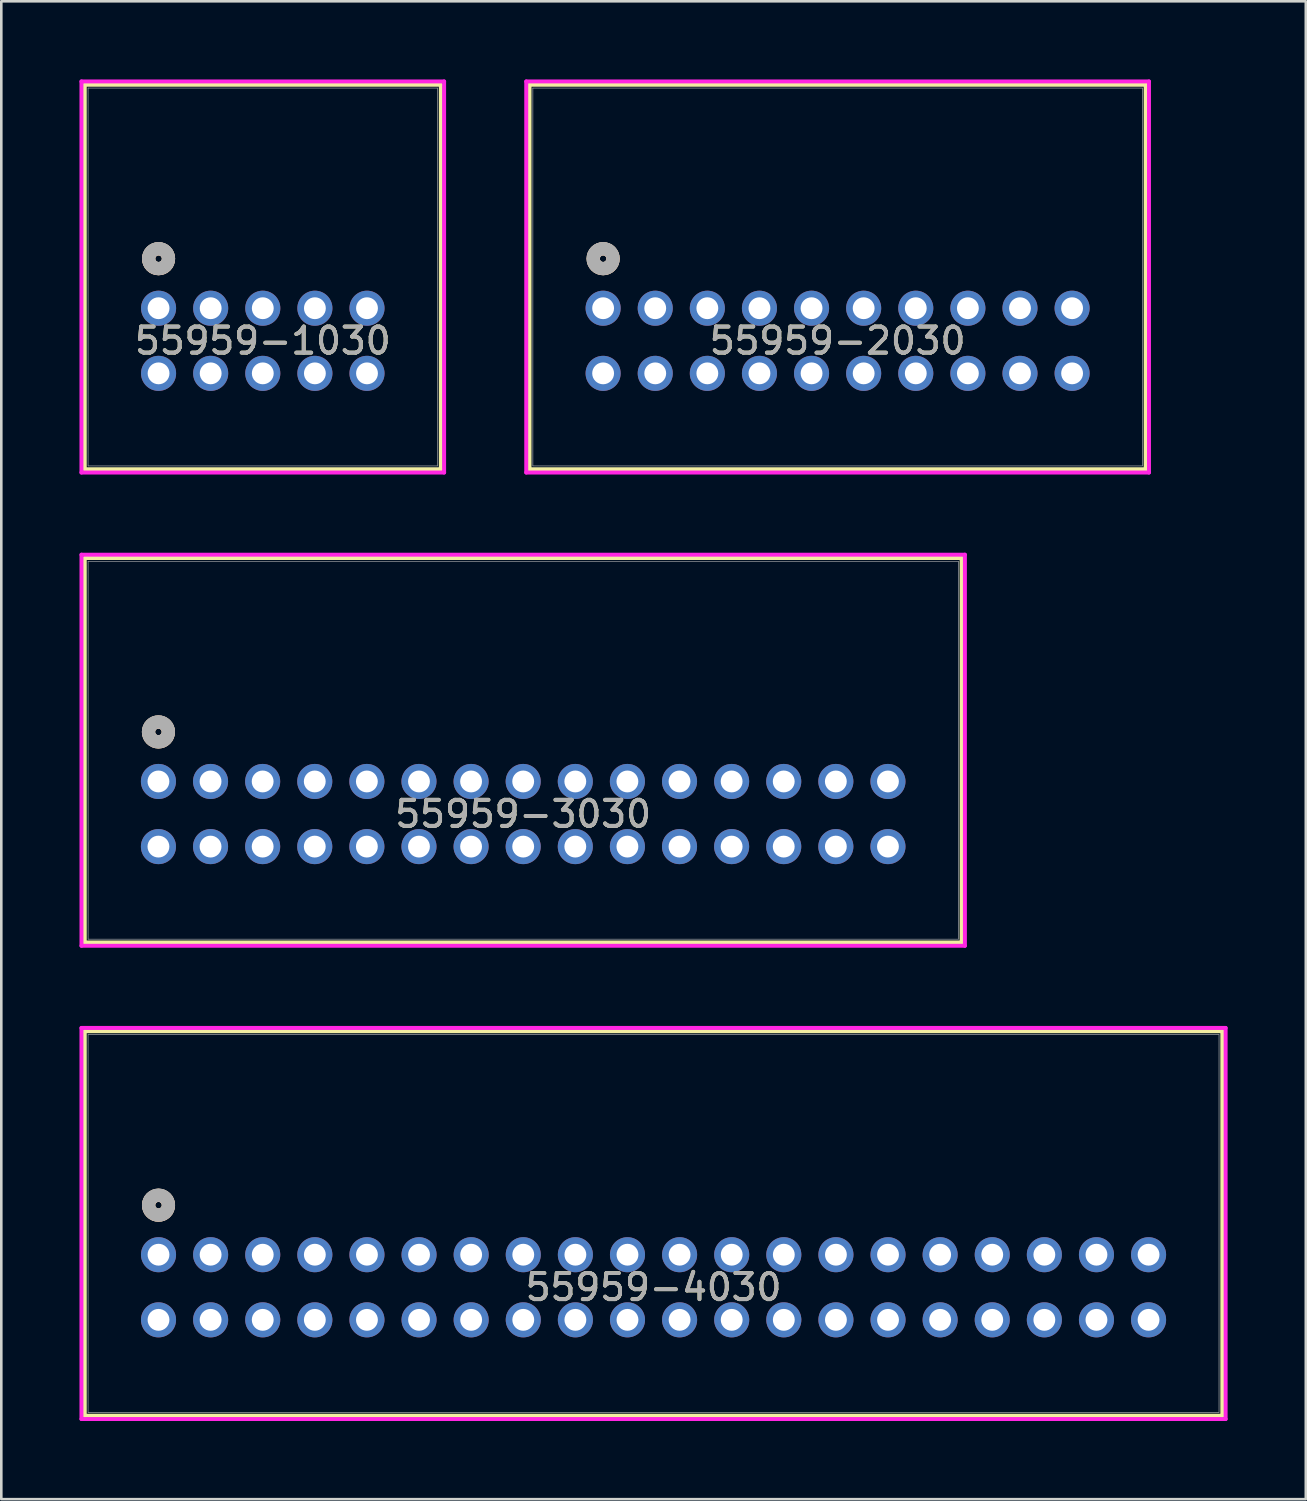
<source format=kicad_pcb>
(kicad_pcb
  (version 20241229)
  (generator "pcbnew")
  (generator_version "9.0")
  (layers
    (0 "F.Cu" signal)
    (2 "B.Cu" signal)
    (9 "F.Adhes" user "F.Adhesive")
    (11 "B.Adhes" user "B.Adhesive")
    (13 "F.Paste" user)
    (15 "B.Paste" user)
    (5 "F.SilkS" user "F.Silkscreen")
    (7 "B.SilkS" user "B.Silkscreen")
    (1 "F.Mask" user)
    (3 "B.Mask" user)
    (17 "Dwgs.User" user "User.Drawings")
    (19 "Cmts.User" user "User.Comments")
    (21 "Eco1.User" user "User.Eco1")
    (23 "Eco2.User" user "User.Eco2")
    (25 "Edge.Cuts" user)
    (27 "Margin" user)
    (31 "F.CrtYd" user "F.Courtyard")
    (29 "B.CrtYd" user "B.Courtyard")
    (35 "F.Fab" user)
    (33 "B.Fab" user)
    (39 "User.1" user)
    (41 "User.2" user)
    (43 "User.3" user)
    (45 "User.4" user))
  (footprint "55959-1030"
    (layer "F.Cu")
    (at 3.036 8.78)
    (property "Reference" "55959-1030" (at 4 1.25 0) (unlocked yes) (layer "F.SilkS") (effects (font (size 1 1) (thickness 0.15))))
    (attr through_hole)
    (fp_line (start -2.833 -8.577) (end -2.833 6.18) (stroke (width 0.152) (type solid)) (layer "F.SilkS"))
    (fp_line (start -2.833 6.18) (end 10.833 6.18) (stroke (width 0.152) (type solid)) (layer "F.SilkS"))
    (fp_line (start 10.833 -8.577) (end -2.833 -8.577) (stroke (width 0.152) (type solid)) (layer "F.SilkS"))
    (fp_line (start 10.833 6.18) (end 10.833 -8.577) (stroke (width 0.152) (type solid)) (layer "F.SilkS"))
    (fp_circle (center 0 -1.9) (end 0.381 -1.9) (stroke (width 0.508) (type solid)) (fill no) (layer "F.SilkS"))
    (fp_circle (center 0 -1.9) (end 0.381 -1.9) (stroke (width 0.508) (type solid)) (fill no) (layer "B.SilkS"))
    (fp_line (start -2.96 -8.704) (end -2.96 6.307) (stroke (width 0.152) (type solid)) (layer "F.CrtYd"))
    (fp_line (start -2.96 6.307) (end 10.96 6.307) (stroke (width 0.152) (type solid)) (layer "F.CrtYd"))
    (fp_line (start 10.96 -8.704) (end -2.96 -8.704) (stroke (width 0.152) (type solid)) (layer "F.CrtYd"))
    (fp_line (start 10.96 6.307) (end 10.96 -8.704) (stroke (width 0.152) (type solid)) (layer "F.CrtYd"))
    (fp_line (start -2.706 -8.45) (end -2.706 6.053) (stroke (width 0.025) (type solid)) (layer "F.Fab"))
    (fp_line (start -2.706 6.053) (end 10.706 6.053) (stroke (width 0.025) (type solid)) (layer "F.Fab"))
    (fp_line (start 10.706 -8.45) (end -2.706 -8.45) (stroke (width 0.025) (type solid)) (layer "F.Fab"))
    (fp_line (start 10.706 6.053) (end 10.706 -8.45) (stroke (width 0.025) (type solid)) (layer "F.Fab"))
    (fp_circle (center 0 -1.905) (end 0.381 -1.905) (stroke (width 0.508) (type solid)) (fill no) (layer "F.Fab"))
    (fp_text user "${REFERENCE}" (at 4 1.25 0) (unlocked yes) (layer "F.Fab") (effects (font (size 1 1) (thickness 0.15))))
    (pad "1" thru_hole circle (at 0 0) (size 1.346 1.346) (drill 0.838) (layers "*.Cu" "*.Mask"))
    (pad "2" thru_hole circle (at 0 2.5) (size 1.346 1.346) (drill 0.838) (layers "*.Cu" "*.Mask"))
    (pad "3" thru_hole circle (at 2 0) (size 1.346 1.346) (drill 0.838) (layers "*.Cu" "*.Mask"))
    (pad "4" thru_hole circle (at 2 2.5) (size 1.346 1.346) (drill 0.838) (layers "*.Cu" "*.Mask"))
    (pad "5" thru_hole circle (at 4 0) (size 1.346 1.346) (drill 0.838) (layers "*.Cu" "*.Mask"))
    (pad "6" thru_hole circle (at 4 2.5) (size 1.346 1.346) (drill 0.838) (layers "*.Cu" "*.Mask"))
    (pad "7" thru_hole circle (at 6 0) (size 1.346 1.346) (drill 0.838) (layers "*.Cu" "*.Mask"))
    (pad "8" thru_hole circle (at 6 2.5) (size 1.346 1.346) (drill 0.838) (layers "*.Cu" "*.Mask"))
    (pad "9" thru_hole circle (at 8 0) (size 1.346 1.346) (drill 0.838) (layers "*.Cu" "*.Mask"))
    (pad "10" thru_hole circle (at 8 2.5) (size 1.346 1.346) (drill 0.838) (layers "*.Cu" "*.Mask")))
  (footprint "55959-4030"
    (layer "F.Cu")
    (at 3.034 45.108)
    (property "Reference" "55959-4030" (at 19 1.25 0) (unlocked yes) (layer "F.SilkS") (effects (font (size 1 1) (thickness 0.15))))
    (attr through_hole)
    (fp_line (start -2.831 -8.577) (end -2.831 6.18) (stroke (width 0.152) (type solid)) (layer "F.SilkS"))
    (fp_line (start -2.831 6.18) (end 40.831 6.18) (stroke (width 0.152) (type solid)) (layer "F.SilkS"))
    (fp_line (start 40.831 -8.577) (end -2.831 -8.577) (stroke (width 0.152) (type solid)) (layer "F.SilkS"))
    (fp_line (start 40.831 6.18) (end 40.831 -8.577) (stroke (width 0.152) (type solid)) (layer "F.SilkS"))
    (fp_circle (center 0 -1.9) (end 0.381 -1.9) (stroke (width 0.508) (type solid)) (fill no) (layer "F.SilkS"))
    (fp_circle (center 0 -1.9) (end 0.381 -1.9) (stroke (width 0.508) (type solid)) (fill no) (layer "B.SilkS"))
    (fp_line (start -2.958 -8.704) (end -2.958 6.307) (stroke (width 0.152) (type solid)) (layer "F.CrtYd"))
    (fp_line (start -2.958 6.307) (end 40.958 6.307) (stroke (width 0.152) (type solid)) (layer "F.CrtYd"))
    (fp_line (start 40.958 -8.704) (end -2.958 -8.704) (stroke (width 0.152) (type solid)) (layer "F.CrtYd"))
    (fp_line (start 40.958 6.307) (end 40.958 -8.704) (stroke (width 0.152) (type solid)) (layer "F.CrtYd"))
    (fp_line (start -2.704 -8.45) (end -2.704 6.053) (stroke (width 0.025) (type solid)) (layer "F.Fab"))
    (fp_line (start -2.704 6.053) (end 40.704 6.053) (stroke (width 0.025) (type solid)) (layer "F.Fab"))
    (fp_line (start 40.704 -8.45) (end -2.704 -8.45) (stroke (width 0.025) (type solid)) (layer "F.Fab"))
    (fp_line (start 40.704 6.053) (end 40.704 -8.45) (stroke (width 0.025) (type solid)) (layer "F.Fab"))
    (fp_circle (center 0 -1.905) (end 0.381 -1.905) (stroke (width 0.508) (type solid)) (fill no) (layer "F.Fab"))
    (fp_text user "${REFERENCE}" (at 19 1.25 0) (unlocked yes) (layer "F.Fab") (effects (font (size 1 1) (thickness 0.15))))
    (pad "1" thru_hole circle (at 0 0) (size 1.346 1.346) (drill 0.838) (layers "*.Cu" "*.Mask"))
    (pad "2" thru_hole circle (at 0 2.5) (size 1.346 1.346) (drill 0.838) (layers "*.Cu" "*.Mask"))
    (pad "3" thru_hole circle (at 2 0) (size 1.346 1.346) (drill 0.838) (layers "*.Cu" "*.Mask"))
    (pad "4" thru_hole circle (at 2 2.5) (size 1.346 1.346) (drill 0.838) (layers "*.Cu" "*.Mask"))
    (pad "5" thru_hole circle (at 4 0) (size 1.346 1.346) (drill 0.838) (layers "*.Cu" "*.Mask"))
    (pad "6" thru_hole circle (at 4 2.5) (size 1.346 1.346) (drill 0.838) (layers "*.Cu" "*.Mask"))
    (pad "7" thru_hole circle (at 6 0) (size 1.346 1.346) (drill 0.838) (layers "*.Cu" "*.Mask"))
    (pad "8" thru_hole circle (at 6 2.5) (size 1.346 1.346) (drill 0.838) (layers "*.Cu" "*.Mask"))
    (pad "9" thru_hole circle (at 8 0) (size 1.346 1.346) (drill 0.838) (layers "*.Cu" "*.Mask"))
    (pad "10" thru_hole circle (at 8 2.5) (size 1.346 1.346) (drill 0.838) (layers "*.Cu" "*.Mask"))
    (pad "11" thru_hole circle (at 10 0) (size 1.346 1.346) (drill 0.838) (layers "*.Cu" "*.Mask"))
    (pad "12" thru_hole circle (at 10 2.5) (size 1.346 1.346) (drill 0.838) (layers "*.Cu" "*.Mask"))
    (pad "13" thru_hole circle (at 12 0) (size 1.346 1.346) (drill 0.838) (layers "*.Cu" "*.Mask"))
    (pad "14" thru_hole circle (at 12 2.5) (size 1.346 1.346) (drill 0.838) (layers "*.Cu" "*.Mask"))
    (pad "15" thru_hole circle (at 14 0) (size 1.346 1.346) (drill 0.838) (layers "*.Cu" "*.Mask"))
    (pad "16" thru_hole circle (at 14 2.5) (size 1.346 1.346) (drill 0.838) (layers "*.Cu" "*.Mask"))
    (pad "17" thru_hole circle (at 16 0) (size 1.346 1.346) (drill 0.838) (layers "*.Cu" "*.Mask"))
    (pad "18" thru_hole circle (at 16 2.5) (size 1.346 1.346) (drill 0.838) (layers "*.Cu" "*.Mask"))
    (pad "19" thru_hole circle (at 18 0) (size 1.346 1.346) (drill 0.838) (layers "*.Cu" "*.Mask"))
    (pad "20" thru_hole circle (at 18 2.5) (size 1.346 1.346) (drill 0.838) (layers "*.Cu" "*.Mask"))
    (pad "21" thru_hole circle (at 20 0) (size 1.346 1.346) (drill 0.838) (layers "*.Cu" "*.Mask"))
    (pad "22" thru_hole circle (at 20 2.5) (size 1.346 1.346) (drill 0.838) (layers "*.Cu" "*.Mask"))
    (pad "23" thru_hole circle (at 22 0) (size 1.346 1.346) (drill 0.838) (layers "*.Cu" "*.Mask"))
    (pad "24" thru_hole circle (at 22 2.5) (size 1.346 1.346) (drill 0.838) (layers "*.Cu" "*.Mask"))
    (pad "25" thru_hole circle (at 24 0) (size 1.346 1.346) (drill 0.838) (layers "*.Cu" "*.Mask"))
    (pad "26" thru_hole circle (at 24 2.5) (size 1.346 1.346) (drill 0.838) (layers "*.Cu" "*.Mask"))
    (pad "27" thru_hole circle (at 26 0) (size 1.346 1.346) (drill 0.838) (layers "*.Cu" "*.Mask"))
    (pad "28" thru_hole circle (at 26 2.5) (size 1.346 1.346) (drill 0.838) (layers "*.Cu" "*.Mask"))
    (pad "29" thru_hole circle (at 28 0) (size 1.346 1.346) (drill 0.838) (layers "*.Cu" "*.Mask"))
    (pad "30" thru_hole circle (at 28 2.5) (size 1.346 1.346) (drill 0.838) (layers "*.Cu" "*.Mask"))
    (pad "31" thru_hole circle (at 30 0) (size 1.346 1.346) (drill 0.838) (layers "*.Cu" "*.Mask"))
    (pad "32" thru_hole circle (at 30 2.5) (size 1.346 1.346) (drill 0.838) (layers "*.Cu" "*.Mask"))
    (pad "33" thru_hole circle (at 32 0) (size 1.346 1.346) (drill 0.838) (layers "*.Cu" "*.Mask"))
    (pad "34" thru_hole circle (at 32 2.5) (size 1.346 1.346) (drill 0.838) (layers "*.Cu" "*.Mask"))
    (pad "35" thru_hole circle (at 34 0) (size 1.346 1.346) (drill 0.838) (layers "*.Cu" "*.Mask"))
    (pad "36" thru_hole circle (at 34 2.5) (size 1.346 1.346) (drill 0.838) (layers "*.Cu" "*.Mask"))
    (pad "37" thru_hole circle (at 36 0) (size 1.346 1.346) (drill 0.838) (layers "*.Cu" "*.Mask"))
    (pad "38" thru_hole circle (at 36 2.5) (size 1.346 1.346) (drill 0.838) (layers "*.Cu" "*.Mask"))
    (pad "39" thru_hole circle (at 38 0) (size 1.346 1.346) (drill 0.838) (layers "*.Cu" "*.Mask"))
    (pad "40" thru_hole circle (at 38 2.5) (size 1.346 1.346) (drill 0.838) (layers "*.Cu" "*.Mask")))
  (footprint "55959-3030"
    (layer "F.Cu")
    (at 3.031 26.944)
    (property "Reference" "55959-3030" (at 14 1.25 0) (unlocked yes) (layer "F.SilkS") (effects (font (size 1 1) (thickness 0.15))))
    (attr through_hole)
    (fp_line (start -2.828 -8.577) (end -2.828 6.18) (stroke (width 0.152) (type solid)) (layer "F.SilkS"))
    (fp_line (start -2.828 6.18) (end 30.828 6.18) (stroke (width 0.152) (type solid)) (layer "F.SilkS"))
    (fp_line (start 30.828 -8.577) (end -2.828 -8.577) (stroke (width 0.152) (type solid)) (layer "F.SilkS"))
    (fp_line (start 30.828 6.18) (end 30.828 -8.577) (stroke (width 0.152) (type solid)) (layer "F.SilkS"))
    (fp_circle (center 0 -1.9) (end 0.381 -1.9) (stroke (width 0.508) (type solid)) (fill no) (layer "F.SilkS"))
    (fp_circle (center 0 -1.9) (end 0.381 -1.9) (stroke (width 0.508) (type solid)) (fill no) (layer "B.SilkS"))
    (fp_line (start -2.954 -8.704) (end -2.954 6.307) (stroke (width 0.152) (type solid)) (layer "F.CrtYd"))
    (fp_line (start -2.954 6.307) (end 30.954 6.307) (stroke (width 0.152) (type solid)) (layer "F.CrtYd"))
    (fp_line (start 30.954 -8.704) (end -2.954 -8.704) (stroke (width 0.152) (type solid)) (layer "F.CrtYd"))
    (fp_line (start 30.954 6.307) (end 30.954 -8.704) (stroke (width 0.152) (type solid)) (layer "F.CrtYd"))
    (fp_line (start -2.7 -8.45) (end -2.7 6.053) (stroke (width 0.025) (type solid)) (layer "F.Fab"))
    (fp_line (start -2.7 6.053) (end 30.701 6.053) (stroke (width 0.025) (type solid)) (layer "F.Fab"))
    (fp_line (start 30.701 -8.45) (end -2.7 -8.45) (stroke (width 0.025) (type solid)) (layer "F.Fab"))
    (fp_line (start 30.701 6.053) (end 30.701 -8.45) (stroke (width 0.025) (type solid)) (layer "F.Fab"))
    (fp_circle (center 0 -1.905) (end 0.381 -1.905) (stroke (width 0.508) (type solid)) (fill no) (layer "F.Fab"))
    (fp_text user "${REFERENCE}" (at 14 1.25 0) (unlocked yes) (layer "F.Fab") (effects (font (size 1 1) (thickness 0.15))))
    (pad "1" thru_hole circle (at 0 0) (size 1.346 1.346) (drill 0.838) (layers "*.Cu" "*.Mask"))
    (pad "2" thru_hole circle (at 0 2.5) (size 1.346 1.346) (drill 0.838) (layers "*.Cu" "*.Mask"))
    (pad "3" thru_hole circle (at 2 0) (size 1.346 1.346) (drill 0.838) (layers "*.Cu" "*.Mask"))
    (pad "4" thru_hole circle (at 2 2.5) (size 1.346 1.346) (drill 0.838) (layers "*.Cu" "*.Mask"))
    (pad "5" thru_hole circle (at 4 0) (size 1.346 1.346) (drill 0.838) (layers "*.Cu" "*.Mask"))
    (pad "6" thru_hole circle (at 4 2.5) (size 1.346 1.346) (drill 0.838) (layers "*.Cu" "*.Mask"))
    (pad "7" thru_hole circle (at 6 0) (size 1.346 1.346) (drill 0.838) (layers "*.Cu" "*.Mask"))
    (pad "8" thru_hole circle (at 6 2.5) (size 1.346 1.346) (drill 0.838) (layers "*.Cu" "*.Mask"))
    (pad "9" thru_hole circle (at 8 0) (size 1.346 1.346) (drill 0.838) (layers "*.Cu" "*.Mask"))
    (pad "10" thru_hole circle (at 8 2.5) (size 1.346 1.346) (drill 0.838) (layers "*.Cu" "*.Mask"))
    (pad "11" thru_hole circle (at 10 0) (size 1.346 1.346) (drill 0.838) (layers "*.Cu" "*.Mask"))
    (pad "12" thru_hole circle (at 10 2.5) (size 1.346 1.346) (drill 0.838) (layers "*.Cu" "*.Mask"))
    (pad "13" thru_hole circle (at 12 0) (size 1.346 1.346) (drill 0.838) (layers "*.Cu" "*.Mask"))
    (pad "14" thru_hole circle (at 12 2.5) (size 1.346 1.346) (drill 0.838) (layers "*.Cu" "*.Mask"))
    (pad "15" thru_hole circle (at 14 0) (size 1.346 1.346) (drill 0.838) (layers "*.Cu" "*.Mask"))
    (pad "16" thru_hole circle (at 14 2.5) (size 1.346 1.346) (drill 0.838) (layers "*.Cu" "*.Mask"))
    (pad "17" thru_hole circle (at 16 0) (size 1.346 1.346) (drill 0.838) (layers "*.Cu" "*.Mask"))
    (pad "18" thru_hole circle (at 16 2.5) (size 1.346 1.346) (drill 0.838) (layers "*.Cu" "*.Mask"))
    (pad "19" thru_hole circle (at 18 0) (size 1.346 1.346) (drill 0.838) (layers "*.Cu" "*.Mask"))
    (pad "20" thru_hole circle (at 18 2.5) (size 1.346 1.346) (drill 0.838) (layers "*.Cu" "*.Mask"))
    (pad "21" thru_hole circle (at 20 0) (size 1.346 1.346) (drill 0.838) (layers "*.Cu" "*.Mask"))
    (pad "22" thru_hole circle (at 20 2.5) (size 1.346 1.346) (drill 0.838) (layers "*.Cu" "*.Mask"))
    (pad "23" thru_hole circle (at 22 0) (size 1.346 1.346) (drill 0.838) (layers "*.Cu" "*.Mask"))
    (pad "24" thru_hole circle (at 22 2.5) (size 1.346 1.346) (drill 0.838) (layers "*.Cu" "*.Mask"))
    (pad "25" thru_hole circle (at 24 0) (size 1.346 1.346) (drill 0.838) (layers "*.Cu" "*.Mask"))
    (pad "26" thru_hole circle (at 24 2.5) (size 1.346 1.346) (drill 0.838) (layers "*.Cu" "*.Mask"))
    (pad "27" thru_hole circle (at 26 0) (size 1.346 1.346) (drill 0.838) (layers "*.Cu" "*.Mask"))
    (pad "28" thru_hole circle (at 26 2.5) (size 1.346 1.346) (drill 0.838) (layers "*.Cu" "*.Mask"))
    (pad "29" thru_hole circle (at 28 0) (size 1.346 1.346) (drill 0.838) (layers "*.Cu" "*.Mask"))
    (pad "30" thru_hole circle (at 28 2.5) (size 1.346 1.346) (drill 0.838) (layers "*.Cu" "*.Mask")))
  (footprint "55959-2030"
    (layer "F.Cu")
    (at 20.099 8.78)
    (property "Reference" "55959-2030" (at 9 1.25 0) (unlocked yes) (layer "F.SilkS") (effects (font (size 1 1) (thickness 0.15))))
    (attr through_hole)
    (fp_line (start -2.824 -8.577) (end -2.824 6.18) (stroke (width 0.152) (type solid)) (layer "F.SilkS"))
    (fp_line (start -2.824 6.18) (end 20.824 6.18) (stroke (width 0.152) (type solid)) (layer "F.SilkS"))
    (fp_line (start 20.824 -8.577) (end -2.824 -8.577) (stroke (width 0.152) (type solid)) (layer "F.SilkS"))
    (fp_line (start 20.824 6.18) (end 20.824 -8.577) (stroke (width 0.152) (type solid)) (layer "F.SilkS"))
    (fp_circle (center 0 -1.9) (end 0.381 -1.9) (stroke (width 0.508) (type solid)) (fill no) (layer "F.SilkS"))
    (fp_circle (center 0 -1.9) (end 0.381 -1.9) (stroke (width 0.508) (type solid)) (fill no) (layer "B.SilkS"))
    (fp_line (start -2.951 -8.704) (end -2.951 6.307) (stroke (width 0.152) (type solid)) (layer "F.CrtYd"))
    (fp_line (start -2.951 6.307) (end 20.951 6.307) (stroke (width 0.152) (type solid)) (layer "F.CrtYd"))
    (fp_line (start 20.951 -8.704) (end -2.951 -8.704) (stroke (width 0.152) (type solid)) (layer "F.CrtYd"))
    (fp_line (start 20.951 6.307) (end 20.951 -8.704) (stroke (width 0.152) (type solid)) (layer "F.CrtYd"))
    (fp_line (start -2.697 -8.45) (end -2.697 6.053) (stroke (width 0.025) (type solid)) (layer "F.Fab"))
    (fp_line (start -2.697 6.053) (end 20.697 6.053) (stroke (width 0.025) (type solid)) (layer "F.Fab"))
    (fp_line (start 20.697 -8.45) (end -2.697 -8.45) (stroke (width 0.025) (type solid)) (layer "F.Fab"))
    (fp_line (start 20.697 6.053) (end 20.697 -8.45) (stroke (width 0.025) (type solid)) (layer "F.Fab"))
    (fp_circle (center 0 -1.905) (end 0.381 -1.905) (stroke (width 0.508) (type solid)) (fill no) (layer "F.Fab"))
    (fp_text user "${REFERENCE}" (at 9 1.25 0) (unlocked yes) (layer "F.Fab") (effects (font (size 1 1) (thickness 0.15))))
    (pad "1" thru_hole circle (at 0 0) (size 1.346 1.346) (drill 0.838) (layers "*.Cu" "*.Mask"))
    (pad "2" thru_hole circle (at 0 2.5) (size 1.346 1.346) (drill 0.838) (layers "*.Cu" "*.Mask"))
    (pad "3" thru_hole circle (at 2 0) (size 1.346 1.346) (drill 0.838) (layers "*.Cu" "*.Mask"))
    (pad "4" thru_hole circle (at 2 2.5) (size 1.346 1.346) (drill 0.838) (layers "*.Cu" "*.Mask"))
    (pad "5" thru_hole circle (at 4 0) (size 1.346 1.346) (drill 0.838) (layers "*.Cu" "*.Mask"))
    (pad "6" thru_hole circle (at 4 2.5) (size 1.346 1.346) (drill 0.838) (layers "*.Cu" "*.Mask"))
    (pad "7" thru_hole circle (at 6 0) (size 1.346 1.346) (drill 0.838) (layers "*.Cu" "*.Mask"))
    (pad "8" thru_hole circle (at 6 2.5) (size 1.346 1.346) (drill 0.838) (layers "*.Cu" "*.Mask"))
    (pad "9" thru_hole circle (at 8 0) (size 1.346 1.346) (drill 0.838) (layers "*.Cu" "*.Mask"))
    (pad "10" thru_hole circle (at 8 2.5) (size 1.346 1.346) (drill 0.838) (layers "*.Cu" "*.Mask"))
    (pad "11" thru_hole circle (at 10 0) (size 1.346 1.346) (drill 0.838) (layers "*.Cu" "*.Mask"))
    (pad "12" thru_hole circle (at 10 2.5) (size 1.346 1.346) (drill 0.838) (layers "*.Cu" "*.Mask"))
    (pad "13" thru_hole circle (at 12 0) (size 1.346 1.346) (drill 0.838) (layers "*.Cu" "*.Mask"))
    (pad "14" thru_hole circle (at 12 2.5) (size 1.346 1.346) (drill 0.838) (layers "*.Cu" "*.Mask"))
    (pad "15" thru_hole circle (at 14 0) (size 1.346 1.346) (drill 0.838) (layers "*.Cu" "*.Mask"))
    (pad "16" thru_hole circle (at 14 2.5) (size 1.346 1.346) (drill 0.838) (layers "*.Cu" "*.Mask"))
    (pad "17" thru_hole circle (at 16 0) (size 1.346 1.346) (drill 0.838) (layers "*.Cu" "*.Mask"))
    (pad "18" thru_hole circle (at 16 2.5) (size 1.346 1.346) (drill 0.838) (layers "*.Cu" "*.Mask"))
    (pad "19" thru_hole circle (at 18 0) (size 1.346 1.346) (drill 0.838) (layers "*.Cu" "*.Mask"))
    (pad "20" thru_hole circle (at 18 2.5) (size 1.346 1.346) (drill 0.838) (layers "*.Cu" "*.Mask")))
  (gr_rect
    (start -3 -3)
    (end 47.069 54.491)
    (stroke (width 0.1) (type default))
    (fill no)
    (layer "Edge.Cuts")))
</source>
